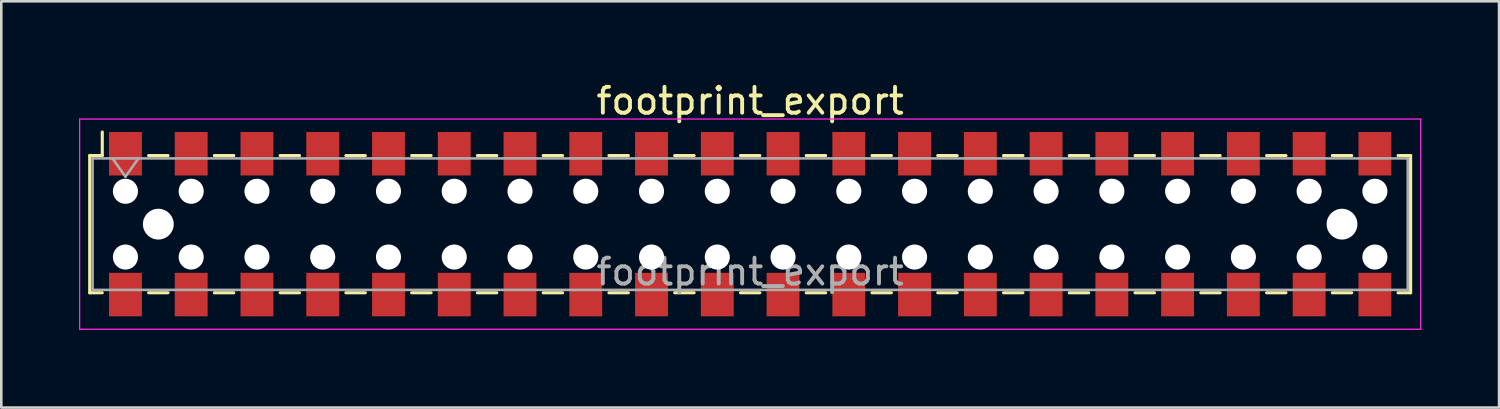
<source format=kicad_pcb>
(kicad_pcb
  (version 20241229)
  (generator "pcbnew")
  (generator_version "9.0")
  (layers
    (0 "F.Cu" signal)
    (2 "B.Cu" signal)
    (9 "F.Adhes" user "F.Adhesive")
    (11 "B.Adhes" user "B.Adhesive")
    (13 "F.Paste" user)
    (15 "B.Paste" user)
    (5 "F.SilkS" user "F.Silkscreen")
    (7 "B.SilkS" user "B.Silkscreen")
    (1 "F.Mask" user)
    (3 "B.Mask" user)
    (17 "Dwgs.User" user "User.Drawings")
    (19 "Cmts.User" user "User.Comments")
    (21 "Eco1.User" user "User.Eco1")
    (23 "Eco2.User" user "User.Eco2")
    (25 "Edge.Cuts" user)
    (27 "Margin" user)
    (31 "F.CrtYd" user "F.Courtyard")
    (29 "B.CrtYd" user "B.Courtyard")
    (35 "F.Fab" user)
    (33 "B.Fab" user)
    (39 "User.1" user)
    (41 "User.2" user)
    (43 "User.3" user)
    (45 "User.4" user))
  (footprint "footprint_export"
    (layer "F.Cu")
    (at 25.925 5.608)
    (property "Reference" "footprint_export" (at 0 -4.76 0) (layer "F.SilkS") (effects (font (size 1 1) (thickness 0.15))))
    (attr smd)
    (fp_line (start -25.51 -2.65) (end -25.51 2.65) (stroke (width 0.12) (type solid)) (layer "F.SilkS"))
    (fp_line (start -25.51 2.65) (end -25.025 2.65) (stroke (width 0.12) (type solid)) (layer "F.SilkS"))
    (fp_line (start -25.025 -3.56) (end -25.025 -2.65) (stroke (width 0.12) (type solid)) (layer "F.SilkS"))
    (fp_line (start -25.025 -2.65) (end -25.51 -2.65) (stroke (width 0.12) (type solid)) (layer "F.SilkS"))
    (fp_line (start -23.235 -2.65) (end -22.485 -2.65) (stroke (width 0.12) (type solid)) (layer "F.SilkS"))
    (fp_line (start -23.235 2.65) (end -22.485 2.65) (stroke (width 0.12) (type solid)) (layer "F.SilkS"))
    (fp_line (start -20.695 -2.65) (end -19.945 -2.65) (stroke (width 0.12) (type solid)) (layer "F.SilkS"))
    (fp_line (start -20.695 2.65) (end -19.945 2.65) (stroke (width 0.12) (type solid)) (layer "F.SilkS"))
    (fp_line (start -18.155 -2.65) (end -17.405 -2.65) (stroke (width 0.12) (type solid)) (layer "F.SilkS"))
    (fp_line (start -18.155 2.65) (end -17.405 2.65) (stroke (width 0.12) (type solid)) (layer "F.SilkS"))
    (fp_line (start -15.615 -2.65) (end -14.865 -2.65) (stroke (width 0.12) (type solid)) (layer "F.SilkS"))
    (fp_line (start -15.615 2.65) (end -14.865 2.65) (stroke (width 0.12) (type solid)) (layer "F.SilkS"))
    (fp_line (start -13.075 -2.65) (end -12.325 -2.65) (stroke (width 0.12) (type solid)) (layer "F.SilkS"))
    (fp_line (start -13.075 2.65) (end -12.325 2.65) (stroke (width 0.12) (type solid)) (layer "F.SilkS"))
    (fp_line (start -10.535 -2.65) (end -9.785 -2.65) (stroke (width 0.12) (type solid)) (layer "F.SilkS"))
    (fp_line (start -10.535 2.65) (end -9.785 2.65) (stroke (width 0.12) (type solid)) (layer "F.SilkS"))
    (fp_line (start -7.995 -2.65) (end -7.245 -2.65) (stroke (width 0.12) (type solid)) (layer "F.SilkS"))
    (fp_line (start -7.995 2.65) (end -7.245 2.65) (stroke (width 0.12) (type solid)) (layer "F.SilkS"))
    (fp_line (start -5.455 -2.65) (end -4.705 -2.65) (stroke (width 0.12) (type solid)) (layer "F.SilkS"))
    (fp_line (start -5.455 2.65) (end -4.705 2.65) (stroke (width 0.12) (type solid)) (layer "F.SilkS"))
    (fp_line (start -2.915 -2.65) (end -2.165 -2.65) (stroke (width 0.12) (type solid)) (layer "F.SilkS"))
    (fp_line (start -2.915 2.65) (end -2.165 2.65) (stroke (width 0.12) (type solid)) (layer "F.SilkS"))
    (fp_line (start -0.375 -2.65) (end 0.375 -2.65) (stroke (width 0.12) (type solid)) (layer "F.SilkS"))
    (fp_line (start -0.375 2.65) (end 0.375 2.65) (stroke (width 0.12) (type solid)) (layer "F.SilkS"))
    (fp_line (start 2.165 -2.65) (end 2.915 -2.65) (stroke (width 0.12) (type solid)) (layer "F.SilkS"))
    (fp_line (start 2.165 2.65) (end 2.915 2.65) (stroke (width 0.12) (type solid)) (layer "F.SilkS"))
    (fp_line (start 4.705 -2.65) (end 5.455 -2.65) (stroke (width 0.12) (type solid)) (layer "F.SilkS"))
    (fp_line (start 4.705 2.65) (end 5.455 2.65) (stroke (width 0.12) (type solid)) (layer "F.SilkS"))
    (fp_line (start 7.245 -2.65) (end 7.995 -2.65) (stroke (width 0.12) (type solid)) (layer "F.SilkS"))
    (fp_line (start 7.245 2.65) (end 7.995 2.65) (stroke (width 0.12) (type solid)) (layer "F.SilkS"))
    (fp_line (start 9.785 -2.65) (end 10.535 -2.65) (stroke (width 0.12) (type solid)) (layer "F.SilkS"))
    (fp_line (start 9.785 2.65) (end 10.535 2.65) (stroke (width 0.12) (type solid)) (layer "F.SilkS"))
    (fp_line (start 12.325 -2.65) (end 13.075 -2.65) (stroke (width 0.12) (type solid)) (layer "F.SilkS"))
    (fp_line (start 12.325 2.65) (end 13.075 2.65) (stroke (width 0.12) (type solid)) (layer "F.SilkS"))
    (fp_line (start 14.865 -2.65) (end 15.615 -2.65) (stroke (width 0.12) (type solid)) (layer "F.SilkS"))
    (fp_line (start 14.865 2.65) (end 15.615 2.65) (stroke (width 0.12) (type solid)) (layer "F.SilkS"))
    (fp_line (start 17.405 -2.65) (end 18.155 -2.65) (stroke (width 0.12) (type solid)) (layer "F.SilkS"))
    (fp_line (start 17.405 2.65) (end 18.155 2.65) (stroke (width 0.12) (type solid)) (layer "F.SilkS"))
    (fp_line (start 19.945 -2.65) (end 20.695 -2.65) (stroke (width 0.12) (type solid)) (layer "F.SilkS"))
    (fp_line (start 19.945 2.65) (end 20.695 2.65) (stroke (width 0.12) (type solid)) (layer "F.SilkS"))
    (fp_line (start 22.485 -2.65) (end 23.235 -2.65) (stroke (width 0.12) (type solid)) (layer "F.SilkS"))
    (fp_line (start 22.485 2.65) (end 23.235 2.65) (stroke (width 0.12) (type solid)) (layer "F.SilkS"))
    (fp_line (start 25.025 -2.65) (end 25.51 -2.65) (stroke (width 0.12) (type solid)) (layer "F.SilkS"))
    (fp_line (start 25.51 -2.65) (end 25.51 2.65) (stroke (width 0.12) (type solid)) (layer "F.SilkS"))
    (fp_line (start 25.51 2.65) (end 25.025 2.65) (stroke (width 0.12) (type solid)) (layer "F.SilkS"))
    (fp_line (start -25.9 -4.06) (end 25.9 -4.06) (stroke (width 0.05) (type solid)) (layer "F.CrtYd"))
    (fp_line (start -25.9 4.06) (end -25.9 -4.06) (stroke (width 0.05) (type solid)) (layer "F.CrtYd"))
    (fp_line (start 25.9 -4.06) (end 25.9 4.06) (stroke (width 0.05) (type solid)) (layer "F.CrtYd"))
    (fp_line (start 25.9 4.06) (end -25.9 4.06) (stroke (width 0.05) (type solid)) (layer "F.CrtYd"))
    (fp_line (start -25.4 -2.54) (end 25.4 -2.54) (stroke (width 0.1) (type solid)) (layer "F.Fab"))
    (fp_line (start -25.4 2.54) (end -25.4 -2.54) (stroke (width 0.1) (type solid)) (layer "F.Fab"))
    (fp_line (start -24.63 -2.54) (end -24.13 -1.833) (stroke (width 0.1) (type solid)) (layer "F.Fab"))
    (fp_line (start -24.13 -1.833) (end -23.63 -2.54) (stroke (width 0.1) (type solid)) (layer "F.Fab"))
    (fp_line (start 25.4 -2.54) (end 25.4 2.54) (stroke (width 0.1) (type solid)) (layer "F.Fab"))
    (fp_line (start 25.4 2.54) (end -25.4 2.54) (stroke (width 0.1) (type solid)) (layer "F.Fab"))
    (fp_text user "${REFERENCE}" (at 0 1.84 0) (layer "F.Fab") (effects (font (size 1 1) (thickness 0.15))))
    (pad "" np_thru_hole circle (at -24.13 -1.27) (size 0.97 0.97) (drill 0.97) (layers "*.Cu" "*.Mask"))
    (pad "" np_thru_hole circle (at -24.13 1.27) (size 0.97 0.97) (drill 0.97) (layers "*.Cu" "*.Mask"))
    (pad "" np_thru_hole circle (at -22.86 0) (size 1.19 1.19) (drill 1.19) (layers "*.Cu" "*.Mask"))
    (pad "" np_thru_hole circle (at -21.59 -1.27) (size 0.97 0.97) (drill 0.97) (layers "*.Cu" "*.Mask"))
    (pad "" np_thru_hole circle (at -21.59 1.27) (size 0.97 0.97) (drill 0.97) (layers "*.Cu" "*.Mask"))
    (pad "" np_thru_hole circle (at -19.05 -1.27) (size 0.97 0.97) (drill 0.97) (layers "*.Cu" "*.Mask"))
    (pad "" np_thru_hole circle (at -19.05 1.27) (size 0.97 0.97) (drill 0.97) (layers "*.Cu" "*.Mask"))
    (pad "" np_thru_hole circle (at -16.51 -1.27) (size 0.97 0.97) (drill 0.97) (layers "*.Cu" "*.Mask"))
    (pad "" np_thru_hole circle (at -16.51 1.27) (size 0.97 0.97) (drill 0.97) (layers "*.Cu" "*.Mask"))
    (pad "" np_thru_hole circle (at -13.97 -1.27) (size 0.97 0.97) (drill 0.97) (layers "*.Cu" "*.Mask"))
    (pad "" np_thru_hole circle (at -13.97 1.27) (size 0.97 0.97) (drill 0.97) (layers "*.Cu" "*.Mask"))
    (pad "" np_thru_hole circle (at -11.43 -1.27) (size 0.97 0.97) (drill 0.97) (layers "*.Cu" "*.Mask"))
    (pad "" np_thru_hole circle (at -11.43 1.27) (size 0.97 0.97) (drill 0.97) (layers "*.Cu" "*.Mask"))
    (pad "" np_thru_hole circle (at -8.89 -1.27) (size 0.97 0.97) (drill 0.97) (layers "*.Cu" "*.Mask"))
    (pad "" np_thru_hole circle (at -8.89 1.27) (size 0.97 0.97) (drill 0.97) (layers "*.Cu" "*.Mask"))
    (pad "" np_thru_hole circle (at -6.35 -1.27) (size 0.97 0.97) (drill 0.97) (layers "*.Cu" "*.Mask"))
    (pad "" np_thru_hole circle (at -6.35 1.27) (size 0.97 0.97) (drill 0.97) (layers "*.Cu" "*.Mask"))
    (pad "" np_thru_hole circle (at -3.81 -1.27) (size 0.97 0.97) (drill 0.97) (layers "*.Cu" "*.Mask"))
    (pad "" np_thru_hole circle (at -3.81 1.27) (size 0.97 0.97) (drill 0.97) (layers "*.Cu" "*.Mask"))
    (pad "" np_thru_hole circle (at -1.27 -1.27) (size 0.97 0.97) (drill 0.97) (layers "*.Cu" "*.Mask"))
    (pad "" np_thru_hole circle (at -1.27 1.27) (size 0.97 0.97) (drill 0.97) (layers "*.Cu" "*.Mask"))
    (pad "" np_thru_hole circle (at 1.27 -1.27) (size 0.97 0.97) (drill 0.97) (layers "*.Cu" "*.Mask"))
    (pad "" np_thru_hole circle (at 1.27 1.27) (size 0.97 0.97) (drill 0.97) (layers "*.Cu" "*.Mask"))
    (pad "" np_thru_hole circle (at 3.81 -1.27) (size 0.97 0.97) (drill 0.97) (layers "*.Cu" "*.Mask"))
    (pad "" np_thru_hole circle (at 3.81 1.27) (size 0.97 0.97) (drill 0.97) (layers "*.Cu" "*.Mask"))
    (pad "" np_thru_hole circle (at 6.35 -1.27) (size 0.97 0.97) (drill 0.97) (layers "*.Cu" "*.Mask"))
    (pad "" np_thru_hole circle (at 6.35 1.27) (size 0.97 0.97) (drill 0.97) (layers "*.Cu" "*.Mask"))
    (pad "" np_thru_hole circle (at 8.89 -1.27) (size 0.97 0.97) (drill 0.97) (layers "*.Cu" "*.Mask"))
    (pad "" np_thru_hole circle (at 8.89 1.27) (size 0.97 0.97) (drill 0.97) (layers "*.Cu" "*.Mask"))
    (pad "" np_thru_hole circle (at 11.43 -1.27) (size 0.97 0.97) (drill 0.97) (layers "*.Cu" "*.Mask"))
    (pad "" np_thru_hole circle (at 11.43 1.27) (size 0.97 0.97) (drill 0.97) (layers "*.Cu" "*.Mask"))
    (pad "" np_thru_hole circle (at 13.97 -1.27) (size 0.97 0.97) (drill 0.97) (layers "*.Cu" "*.Mask"))
    (pad "" np_thru_hole circle (at 13.97 1.27) (size 0.97 0.97) (drill 0.97) (layers "*.Cu" "*.Mask"))
    (pad "" np_thru_hole circle (at 16.51 -1.27) (size 0.97 0.97) (drill 0.97) (layers "*.Cu" "*.Mask"))
    (pad "" np_thru_hole circle (at 16.51 1.27) (size 0.97 0.97) (drill 0.97) (layers "*.Cu" "*.Mask"))
    (pad "" np_thru_hole circle (at 19.05 -1.27) (size 0.97 0.97) (drill 0.97) (layers "*.Cu" "*.Mask"))
    (pad "" np_thru_hole circle (at 19.05 1.27) (size 0.97 0.97) (drill 0.97) (layers "*.Cu" "*.Mask"))
    (pad "" np_thru_hole circle (at 21.59 -1.27) (size 0.97 0.97) (drill 0.97) (layers "*.Cu" "*.Mask"))
    (pad "" np_thru_hole circle (at 21.59 1.27) (size 0.97 0.97) (drill 0.97) (layers "*.Cu" "*.Mask"))
    (pad "" np_thru_hole circle (at 22.86 0) (size 1.19 1.19) (drill 1.19) (layers "*.Cu" "*.Mask"))
    (pad "" np_thru_hole circle (at 24.13 -1.27) (size 0.97 0.97) (drill 0.97) (layers "*.Cu" "*.Mask"))
    (pad "" np_thru_hole circle (at 24.13 1.27) (size 0.97 0.97) (drill 0.97) (layers "*.Cu" "*.Mask"))
    (pad "1" smd rect (at -24.13 -2.72) (size 1.27 1.68) (layers "F.Cu" "F.Mask" "F.Paste"))
    (pad "2" smd rect (at -24.13 2.72) (size 1.27 1.68) (layers "F.Cu" "F.Mask" "F.Paste"))
    (pad "3" smd rect (at -21.59 -2.72) (size 1.27 1.68) (layers "F.Cu" "F.Mask" "F.Paste"))
    (pad "4" smd rect (at -21.59 2.72) (size 1.27 1.68) (layers "F.Cu" "F.Mask" "F.Paste"))
    (pad "5" smd rect (at -19.05 -2.72) (size 1.27 1.68) (layers "F.Cu" "F.Mask" "F.Paste"))
    (pad "6" smd rect (at -19.05 2.72) (size 1.27 1.68) (layers "F.Cu" "F.Mask" "F.Paste"))
    (pad "7" smd rect (at -16.51 -2.72) (size 1.27 1.68) (layers "F.Cu" "F.Mask" "F.Paste"))
    (pad "8" smd rect (at -16.51 2.72) (size 1.27 1.68) (layers "F.Cu" "F.Mask" "F.Paste"))
    (pad "9" smd rect (at -13.97 -2.72) (size 1.27 1.68) (layers "F.Cu" "F.Mask" "F.Paste"))
    (pad "10" smd rect (at -13.97 2.72) (size 1.27 1.68) (layers "F.Cu" "F.Mask" "F.Paste"))
    (pad "11" smd rect (at -11.43 -2.72) (size 1.27 1.68) (layers "F.Cu" "F.Mask" "F.Paste"))
    (pad "12" smd rect (at -11.43 2.72) (size 1.27 1.68) (layers "F.Cu" "F.Mask" "F.Paste"))
    (pad "13" smd rect (at -8.89 -2.72) (size 1.27 1.68) (layers "F.Cu" "F.Mask" "F.Paste"))
    (pad "14" smd rect (at -8.89 2.72) (size 1.27 1.68) (layers "F.Cu" "F.Mask" "F.Paste"))
    (pad "15" smd rect (at -6.35 -2.72) (size 1.27 1.68) (layers "F.Cu" "F.Mask" "F.Paste"))
    (pad "16" smd rect (at -6.35 2.72) (size 1.27 1.68) (layers "F.Cu" "F.Mask" "F.Paste"))
    (pad "17" smd rect (at -3.81 -2.72) (size 1.27 1.68) (layers "F.Cu" "F.Mask" "F.Paste"))
    (pad "18" smd rect (at -3.81 2.72) (size 1.27 1.68) (layers "F.Cu" "F.Mask" "F.Paste"))
    (pad "19" smd rect (at -1.27 -2.72) (size 1.27 1.68) (layers "F.Cu" "F.Mask" "F.Paste"))
    (pad "20" smd rect (at -1.27 2.72) (size 1.27 1.68) (layers "F.Cu" "F.Mask" "F.Paste"))
    (pad "21" smd rect (at 1.27 -2.72) (size 1.27 1.68) (layers "F.Cu" "F.Mask" "F.Paste"))
    (pad "22" smd rect (at 1.27 2.72) (size 1.27 1.68) (layers "F.Cu" "F.Mask" "F.Paste"))
    (pad "23" smd rect (at 3.81 -2.72) (size 1.27 1.68) (layers "F.Cu" "F.Mask" "F.Paste"))
    (pad "24" smd rect (at 3.81 2.72) (size 1.27 1.68) (layers "F.Cu" "F.Mask" "F.Paste"))
    (pad "25" smd rect (at 6.35 -2.72) (size 1.27 1.68) (layers "F.Cu" "F.Mask" "F.Paste"))
    (pad "26" smd rect (at 6.35 2.72) (size 1.27 1.68) (layers "F.Cu" "F.Mask" "F.Paste"))
    (pad "27" smd rect (at 8.89 -2.72) (size 1.27 1.68) (layers "F.Cu" "F.Mask" "F.Paste"))
    (pad "28" smd rect (at 8.89 2.72) (size 1.27 1.68) (layers "F.Cu" "F.Mask" "F.Paste"))
    (pad "29" smd rect (at 11.43 -2.72) (size 1.27 1.68) (layers "F.Cu" "F.Mask" "F.Paste"))
    (pad "30" smd rect (at 11.43 2.72) (size 1.27 1.68) (layers "F.Cu" "F.Mask" "F.Paste"))
    (pad "31" smd rect (at 13.97 -2.72) (size 1.27 1.68) (layers "F.Cu" "F.Mask" "F.Paste"))
    (pad "32" smd rect (at 13.97 2.72) (size 1.27 1.68) (layers "F.Cu" "F.Mask" "F.Paste"))
    (pad "33" smd rect (at 16.51 -2.72) (size 1.27 1.68) (layers "F.Cu" "F.Mask" "F.Paste"))
    (pad "34" smd rect (at 16.51 2.72) (size 1.27 1.68) (layers "F.Cu" "F.Mask" "F.Paste"))
    (pad "35" smd rect (at 19.05 -2.72) (size 1.27 1.68) (layers "F.Cu" "F.Mask" "F.Paste"))
    (pad "36" smd rect (at 19.05 2.72) (size 1.27 1.68) (layers "F.Cu" "F.Mask" "F.Paste"))
    (pad "37" smd rect (at 21.59 -2.72) (size 1.27 1.68) (layers "F.Cu" "F.Mask" "F.Paste"))
    (pad "38" smd rect (at 21.59 2.72) (size 1.27 1.68) (layers "F.Cu" "F.Mask" "F.Paste"))
    (pad "39" smd rect (at 24.13 -2.72) (size 1.27 1.68) (layers "F.Cu" "F.Mask" "F.Paste"))
    (pad "40" smd rect (at 24.13 2.72) (size 1.27 1.68) (layers "F.Cu" "F.Mask" "F.Paste")))
  (gr_rect
    (start -3 -3)
    (end 54.85 12.693)
    (stroke (width 0.1) (type default))
    (fill no)
    (layer "Edge.Cuts")))
</source>
